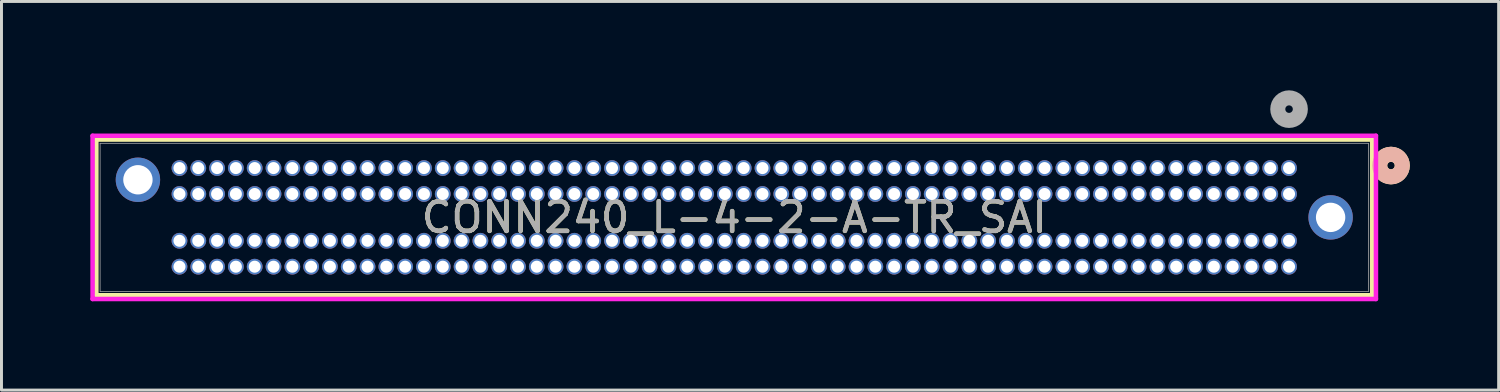
<source format=kicad_pcb>
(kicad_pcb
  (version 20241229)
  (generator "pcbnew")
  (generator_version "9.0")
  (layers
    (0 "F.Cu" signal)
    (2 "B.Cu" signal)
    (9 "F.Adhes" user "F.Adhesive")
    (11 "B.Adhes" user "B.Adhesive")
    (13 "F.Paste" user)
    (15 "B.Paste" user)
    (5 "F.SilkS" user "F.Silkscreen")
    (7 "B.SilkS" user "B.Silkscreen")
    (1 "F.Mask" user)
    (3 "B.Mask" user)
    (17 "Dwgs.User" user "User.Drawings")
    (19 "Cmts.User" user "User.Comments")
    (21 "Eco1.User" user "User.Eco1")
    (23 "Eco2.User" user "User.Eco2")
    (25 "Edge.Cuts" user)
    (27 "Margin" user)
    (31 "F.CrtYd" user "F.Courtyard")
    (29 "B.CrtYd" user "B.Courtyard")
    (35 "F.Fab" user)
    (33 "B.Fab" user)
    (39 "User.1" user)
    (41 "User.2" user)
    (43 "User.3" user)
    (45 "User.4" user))
  (footprint "CONN240_L-4-2-A-TR_SAI"
    (layer "F.Cu")
    (at 40.475 2.54)
    (property "Reference" "CONN240_L-4-2-A-TR_SAI" (at -18.733 1.75 0) (unlocked yes) (layer "F.SilkS") (effects (font (size 1 1) (thickness 0.15))))
    (attr through_hole)
    (fp_line (start -40.272 -0.879) (end -40.272 4.379) (stroke (width 0.152) (type solid)) (layer "F.SilkS"))
    (fp_line (start -40.272 4.379) (end 2.807 4.379) (stroke (width 0.152) (type solid)) (layer "F.SilkS"))
    (fp_line (start 2.807 -0.879) (end -40.272 -0.879) (stroke (width 0.152) (type solid)) (layer "F.SilkS"))
    (fp_line (start 2.807 4.379) (end 2.807 -0.879) (stroke (width 0.152) (type solid)) (layer "F.SilkS"))
    (fp_circle (center 3.442 0) (end 3.823 0) (stroke (width 0.508) (type solid)) (fill no) (layer "F.SilkS"))
    (fp_circle (center 3.442 0) (end 3.823 0) (stroke (width 0.508) (type solid)) (fill no) (layer "B.SilkS"))
    (fp_line (start -40.399 -1.006) (end -40.399 4.506) (stroke (width 0.152) (type solid)) (layer "F.CrtYd"))
    (fp_line (start -40.399 4.506) (end 2.934 4.506) (stroke (width 0.152) (type solid)) (layer "F.CrtYd"))
    (fp_line (start 2.934 -1.006) (end -40.399 -1.006) (stroke (width 0.152) (type solid)) (layer "F.CrtYd"))
    (fp_line (start 2.934 4.506) (end 2.934 -1.006) (stroke (width 0.152) (type solid)) (layer "F.CrtYd"))
    (fp_line (start -40.145 -0.752) (end -40.145 4.252) (stroke (width 0.025) (type solid)) (layer "F.Fab"))
    (fp_line (start -40.145 4.252) (end 2.68 4.252) (stroke (width 0.025) (type solid)) (layer "F.Fab"))
    (fp_line (start 2.68 -0.752) (end -40.145 -0.752) (stroke (width 0.025) (type solid)) (layer "F.Fab"))
    (fp_line (start 2.68 4.252) (end 2.68 -0.752) (stroke (width 0.025) (type solid)) (layer "F.Fab"))
    (fp_circle (center 0 -1.905) (end 0.381 -1.905) (stroke (width 0.508) (type solid)) (fill no) (layer "F.Fab"))
    (fp_text user "${REFERENCE}" (at -18.733 1.75 0) (unlocked yes) (layer "F.Fab") (effects (font (size 1 1) (thickness 0.15))))
    (pad "241" thru_hole circle (at -38.868 0.48) (size 1.499 1.499) (drill 0.991) (layers "*.Cu" "*.Mask"))
    (pad "242" thru_hole circle (at 1.403 1.75) (size 1.499 1.499) (drill 0.991) (layers "*.Cu" "*.Mask"))
    (pad "A01" thru_hole circle (at 0 0.085) (size 0.533 0.533) (drill 0.406) (layers "*.Cu" "*.Mask"))
    (pad "A2" thru_hole circle (at -0.635 0.085) (size 0.533 0.533) (drill 0.406) (layers "*.Cu" "*.Mask"))
    (pad "A3" thru_hole circle (at -1.27 0.085) (size 0.533 0.533) (drill 0.406) (layers "*.Cu" "*.Mask"))
    (pad "A4" thru_hole circle (at -1.905 0.085) (size 0.533 0.533) (drill 0.406) (layers "*.Cu" "*.Mask"))
    (pad "A5" thru_hole circle (at -2.54 0.085) (size 0.533 0.533) (drill 0.406) (layers "*.Cu" "*.Mask"))
    (pad "A6" thru_hole circle (at -3.175 0.085) (size 0.533 0.533) (drill 0.406) (layers "*.Cu" "*.Mask"))
    (pad "A7" thru_hole circle (at -3.81 0.085) (size 0.533 0.533) (drill 0.406) (layers "*.Cu" "*.Mask"))
    (pad "A8" thru_hole circle (at -4.445 0.085) (size 0.533 0.533) (drill 0.406) (layers "*.Cu" "*.Mask"))
    (pad "A9" thru_hole circle (at -5.08 0.085) (size 0.533 0.533) (drill 0.406) (layers "*.Cu" "*.Mask"))
    (pad "A10" thru_hole circle (at -5.715 0.085) (size 0.533 0.533) (drill 0.406) (layers "*.Cu" "*.Mask"))
    (pad "A11" thru_hole circle (at -6.35 0.085) (size 0.533 0.533) (drill 0.406) (layers "*.Cu" "*.Mask"))
    (pad "A12" thru_hole circle (at -6.985 0.085) (size 0.533 0.533) (drill 0.406) (layers "*.Cu" "*.Mask"))
    (pad "A13" thru_hole circle (at -7.62 0.085) (size 0.533 0.533) (drill 0.406) (layers "*.Cu" "*.Mask"))
    (pad "A14" thru_hole circle (at -8.255 0.085) (size 0.533 0.533) (drill 0.406) (layers "*.Cu" "*.Mask"))
    (pad "A15" thru_hole circle (at -8.89 0.085) (size 0.533 0.533) (drill 0.406) (layers "*.Cu" "*.Mask"))
    (pad "A16" thru_hole circle (at -9.525 0.085) (size 0.533 0.533) (drill 0.406) (layers "*.Cu" "*.Mask"))
    (pad "A17" thru_hole circle (at -10.16 0.085) (size 0.533 0.533) (drill 0.406) (layers "*.Cu" "*.Mask"))
    (pad "A18" thru_hole circle (at -10.795 0.085) (size 0.533 0.533) (drill 0.406) (layers "*.Cu" "*.Mask"))
    (pad "A19" thru_hole circle (at -11.43 0.085) (size 0.533 0.533) (drill 0.406) (layers "*.Cu" "*.Mask"))
    (pad "A20" thru_hole circle (at -12.065 0.085) (size 0.533 0.533) (drill 0.406) (layers "*.Cu" "*.Mask"))
    (pad "A21" thru_hole circle (at -12.7 0.085) (size 0.533 0.533) (drill 0.406) (layers "*.Cu" "*.Mask"))
    (pad "A22" thru_hole circle (at -13.335 0.085) (size 0.533 0.533) (drill 0.406) (layers "*.Cu" "*.Mask"))
    (pad "A23" thru_hole circle (at -13.97 0.085) (size 0.533 0.533) (drill 0.406) (layers "*.Cu" "*.Mask"))
    (pad "A24" thru_hole circle (at -14.605 0.085) (size 0.533 0.533) (drill 0.406) (layers "*.Cu" "*.Mask"))
    (pad "A25" thru_hole circle (at -15.24 0.085) (size 0.533 0.533) (drill 0.406) (layers "*.Cu" "*.Mask"))
    (pad "A26" thru_hole circle (at -15.875 0.085) (size 0.533 0.533) (drill 0.406) (layers "*.Cu" "*.Mask"))
    (pad "A27" thru_hole circle (at -16.51 0.085) (size 0.533 0.533) (drill 0.406) (layers "*.Cu" "*.Mask"))
    (pad "A28" thru_hole circle (at -17.145 0.085) (size 0.533 0.533) (drill 0.406) (layers "*.Cu" "*.Mask"))
    (pad "A29" thru_hole circle (at -17.78 0.085) (size 0.533 0.533) (drill 0.406) (layers "*.Cu" "*.Mask"))
    (pad "A30" thru_hole circle (at -18.415 0.085) (size 0.533 0.533) (drill 0.406) (layers "*.Cu" "*.Mask"))
    (pad "A31" thru_hole circle (at -19.05 0.085) (size 0.533 0.533) (drill 0.406) (layers "*.Cu" "*.Mask"))
    (pad "A32" thru_hole circle (at -19.685 0.085) (size 0.533 0.533) (drill 0.406) (layers "*.Cu" "*.Mask"))
    (pad "A33" thru_hole circle (at -20.32 0.085) (size 0.533 0.533) (drill 0.406) (layers "*.Cu" "*.Mask"))
    (pad "A34" thru_hole circle (at -20.955 0.085) (size 0.533 0.533) (drill 0.406) (layers "*.Cu" "*.Mask"))
    (pad "A35" thru_hole circle (at -21.59 0.085) (size 0.533 0.533) (drill 0.406) (layers "*.Cu" "*.Mask"))
    (pad "A36" thru_hole circle (at -22.225 0.085) (size 0.533 0.533) (drill 0.406) (layers "*.Cu" "*.Mask"))
    (pad "A37" thru_hole circle (at -22.86 0.085) (size 0.533 0.533) (drill 0.406) (layers "*.Cu" "*.Mask"))
    (pad "A38" thru_hole circle (at -23.495 0.085) (size 0.533 0.533) (drill 0.406) (layers "*.Cu" "*.Mask"))
    (pad "A39" thru_hole circle (at -24.13 0.085) (size 0.533 0.533) (drill 0.406) (layers "*.Cu" "*.Mask"))
    (pad "A40" thru_hole circle (at -24.765 0.085) (size 0.533 0.533) (drill 0.406) (layers "*.Cu" "*.Mask"))
    (pad "A41" thru_hole circle (at -25.4 0.085) (size 0.533 0.533) (drill 0.406) (layers "*.Cu" "*.Mask"))
    (pad "A42" thru_hole circle (at -26.035 0.085) (size 0.533 0.533) (drill 0.406) (layers "*.Cu" "*.Mask"))
    (pad "A43" thru_hole circle (at -26.67 0.085) (size 0.533 0.533) (drill 0.406) (layers "*.Cu" "*.Mask"))
    (pad "A44" thru_hole circle (at -27.305 0.085) (size 0.533 0.533) (drill 0.406) (layers "*.Cu" "*.Mask"))
    (pad "A45" thru_hole circle (at -27.94 0.085) (size 0.533 0.533) (drill 0.406) (layers "*.Cu" "*.Mask"))
    (pad "A46" thru_hole circle (at -28.575 0.085) (size 0.533 0.533) (drill 0.406) (layers "*.Cu" "*.Mask"))
    (pad "A47" thru_hole circle (at -29.21 0.085) (size 0.533 0.533) (drill 0.406) (layers "*.Cu" "*.Mask"))
    (pad "A48" thru_hole circle (at -29.845 0.085) (size 0.533 0.533) (drill 0.406) (layers "*.Cu" "*.Mask"))
    (pad "A49" thru_hole circle (at -30.48 0.085) (size 0.533 0.533) (drill 0.406) (layers "*.Cu" "*.Mask"))
    (pad "A50" thru_hole circle (at -31.115 0.085) (size 0.533 0.533) (drill 0.406) (layers "*.Cu" "*.Mask"))
    (pad "A51" thru_hole circle (at -31.75 0.085) (size 0.533 0.533) (drill 0.406) (layers "*.Cu" "*.Mask"))
    (pad "A52" thru_hole circle (at -32.385 0.085) (size 0.533 0.533) (drill 0.406) (layers "*.Cu" "*.Mask"))
    (pad "A53" thru_hole circle (at -33.02 0.085) (size 0.533 0.533) (drill 0.406) (layers "*.Cu" "*.Mask"))
    (pad "A54" thru_hole circle (at -33.655 0.085) (size 0.533 0.533) (drill 0.406) (layers "*.Cu" "*.Mask"))
    (pad "A55" thru_hole circle (at -34.29 0.085) (size 0.533 0.533) (drill 0.406) (layers "*.Cu" "*.Mask"))
    (pad "A56" thru_hole circle (at -34.925 0.085) (size 0.533 0.533) (drill 0.406) (layers "*.Cu" "*.Mask"))
    (pad "A57" thru_hole circle (at -35.56 0.085) (size 0.533 0.533) (drill 0.406) (layers "*.Cu" "*.Mask"))
    (pad "A58" thru_hole circle (at -36.195 0.085) (size 0.533 0.533) (drill 0.406) (layers "*.Cu" "*.Mask"))
    (pad "A59" thru_hole circle (at -36.83 0.085) (size 0.533 0.533) (drill 0.406) (layers "*.Cu" "*.Mask"))
    (pad "A60" thru_hole circle (at -37.465 0.085) (size 0.533 0.533) (drill 0.406) (layers "*.Cu" "*.Mask"))
    (pad "B01" thru_hole circle (at 0 0.96) (size 0.533 0.533) (drill 0.406) (layers "*.Cu" "*.Mask"))
    (pad "B2" thru_hole circle (at -0.635 0.96) (size 0.533 0.533) (drill 0.406) (layers "*.Cu" "*.Mask"))
    (pad "B3" thru_hole circle (at -1.27 0.96) (size 0.533 0.533) (drill 0.406) (layers "*.Cu" "*.Mask"))
    (pad "B4" thru_hole circle (at -1.905 0.96) (size 0.533 0.533) (drill 0.406) (layers "*.Cu" "*.Mask"))
    (pad "B5" thru_hole circle (at -2.54 0.96) (size 0.533 0.533) (drill 0.406) (layers "*.Cu" "*.Mask"))
    (pad "B6" thru_hole circle (at -3.175 0.96) (size 0.533 0.533) (drill 0.406) (layers "*.Cu" "*.Mask"))
    (pad "B7" thru_hole circle (at -3.81 0.96) (size 0.533 0.533) (drill 0.406) (layers "*.Cu" "*.Mask"))
    (pad "B8" thru_hole circle (at -4.445 0.96) (size 0.533 0.533) (drill 0.406) (layers "*.Cu" "*.Mask"))
    (pad "B9" thru_hole circle (at -5.08 0.96) (size 0.533 0.533) (drill 0.406) (layers "*.Cu" "*.Mask"))
    (pad "B10" thru_hole circle (at -5.715 0.96) (size 0.533 0.533) (drill 0.406) (layers "*.Cu" "*.Mask"))
    (pad "B11" thru_hole circle (at -6.35 0.96) (size 0.533 0.533) (drill 0.406) (layers "*.Cu" "*.Mask"))
    (pad "B12" thru_hole circle (at -6.985 0.96) (size 0.533 0.533) (drill 0.406) (layers "*.Cu" "*.Mask"))
    (pad "B13" thru_hole circle (at -7.62 0.96) (size 0.533 0.533) (drill 0.406) (layers "*.Cu" "*.Mask"))
    (pad "B14" thru_hole circle (at -8.255 0.96) (size 0.533 0.533) (drill 0.406) (layers "*.Cu" "*.Mask"))
    (pad "B15" thru_hole circle (at -8.89 0.96) (size 0.533 0.533) (drill 0.406) (layers "*.Cu" "*.Mask"))
    (pad "B16" thru_hole circle (at -9.525 0.96) (size 0.533 0.533) (drill 0.406) (layers "*.Cu" "*.Mask"))
    (pad "B17" thru_hole circle (at -10.16 0.96) (size 0.533 0.533) (drill 0.406) (layers "*.Cu" "*.Mask"))
    (pad "B18" thru_hole circle (at -10.795 0.96) (size 0.533 0.533) (drill 0.406) (layers "*.Cu" "*.Mask"))
    (pad "B19" thru_hole circle (at -11.43 0.96) (size 0.533 0.533) (drill 0.406) (layers "*.Cu" "*.Mask"))
    (pad "B20" thru_hole circle (at -12.065 0.96) (size 0.533 0.533) (drill 0.406) (layers "*.Cu" "*.Mask"))
    (pad "B21" thru_hole circle (at -12.7 0.96) (size 0.533 0.533) (drill 0.406) (layers "*.Cu" "*.Mask"))
    (pad "B22" thru_hole circle (at -13.335 0.96) (size 0.533 0.533) (drill 0.406) (layers "*.Cu" "*.Mask"))
    (pad "B23" thru_hole circle (at -13.97 0.96) (size 0.533 0.533) (drill 0.406) (layers "*.Cu" "*.Mask"))
    (pad "B24" thru_hole circle (at -14.605 0.96) (size 0.533 0.533) (drill 0.406) (layers "*.Cu" "*.Mask"))
    (pad "B25" thru_hole circle (at -15.24 0.96) (size 0.533 0.533) (drill 0.406) (layers "*.Cu" "*.Mask"))
    (pad "B26" thru_hole circle (at -15.875 0.96) (size 0.533 0.533) (drill 0.406) (layers "*.Cu" "*.Mask"))
    (pad "B27" thru_hole circle (at -16.51 0.96) (size 0.533 0.533) (drill 0.406) (layers "*.Cu" "*.Mask"))
    (pad "B28" thru_hole circle (at -17.145 0.96) (size 0.533 0.533) (drill 0.406) (layers "*.Cu" "*.Mask"))
    (pad "B29" thru_hole circle (at -17.78 0.96) (size 0.533 0.533) (drill 0.406) (layers "*.Cu" "*.Mask"))
    (pad "B30" thru_hole circle (at -18.415 0.96) (size 0.533 0.533) (drill 0.406) (layers "*.Cu" "*.Mask"))
    (pad "B31" thru_hole circle (at -19.05 0.96) (size 0.533 0.533) (drill 0.406) (layers "*.Cu" "*.Mask"))
    (pad "B32" thru_hole circle (at -19.685 0.96) (size 0.533 0.533) (drill 0.406) (layers "*.Cu" "*.Mask"))
    (pad "B33" thru_hole circle (at -20.32 0.96) (size 0.533 0.533) (drill 0.406) (layers "*.Cu" "*.Mask"))
    (pad "B34" thru_hole circle (at -20.955 0.96) (size 0.533 0.533) (drill 0.406) (layers "*.Cu" "*.Mask"))
    (pad "B35" thru_hole circle (at -21.59 0.96) (size 0.533 0.533) (drill 0.406) (layers "*.Cu" "*.Mask"))
    (pad "B36" thru_hole circle (at -22.225 0.96) (size 0.533 0.533) (drill 0.406) (layers "*.Cu" "*.Mask"))
    (pad "B37" thru_hole circle (at -22.86 0.96) (size 0.533 0.533) (drill 0.406) (layers "*.Cu" "*.Mask"))
    (pad "B38" thru_hole circle (at -23.495 0.96) (size 0.533 0.533) (drill 0.406) (layers "*.Cu" "*.Mask"))
    (pad "B39" thru_hole circle (at -24.13 0.96) (size 0.533 0.533) (drill 0.406) (layers "*.Cu" "*.Mask"))
    (pad "B40" thru_hole circle (at -24.765 0.96) (size 0.533 0.533) (drill 0.406) (layers "*.Cu" "*.Mask"))
    (pad "B41" thru_hole circle (at -25.4 0.96) (size 0.533 0.533) (drill 0.406) (layers "*.Cu" "*.Mask"))
    (pad "B42" thru_hole circle (at -26.035 0.96) (size 0.533 0.533) (drill 0.406) (layers "*.Cu" "*.Mask"))
    (pad "B43" thru_hole circle (at -26.67 0.96) (size 0.533 0.533) (drill 0.406) (layers "*.Cu" "*.Mask"))
    (pad "B44" thru_hole circle (at -27.305 0.96) (size 0.533 0.533) (drill 0.406) (layers "*.Cu" "*.Mask"))
    (pad "B45" thru_hole circle (at -27.94 0.96) (size 0.533 0.533) (drill 0.406) (layers "*.Cu" "*.Mask"))
    (pad "B46" thru_hole circle (at -28.575 0.96) (size 0.533 0.533) (drill 0.406) (layers "*.Cu" "*.Mask"))
    (pad "B47" thru_hole circle (at -29.21 0.96) (size 0.533 0.533) (drill 0.406) (layers "*.Cu" "*.Mask"))
    (pad "B48" thru_hole circle (at -29.845 0.96) (size 0.533 0.533) (drill 0.406) (layers "*.Cu" "*.Mask"))
    (pad "B49" thru_hole circle (at -30.48 0.96) (size 0.533 0.533) (drill 0.406) (layers "*.Cu" "*.Mask"))
    (pad "B50" thru_hole circle (at -31.115 0.96) (size 0.533 0.533) (drill 0.406) (layers "*.Cu" "*.Mask"))
    (pad "B51" thru_hole circle (at -31.75 0.96) (size 0.533 0.533) (drill 0.406) (layers "*.Cu" "*.Mask"))
    (pad "B52" thru_hole circle (at -32.385 0.96) (size 0.533 0.533) (drill 0.406) (layers "*.Cu" "*.Mask"))
    (pad "B53" thru_hole circle (at -33.02 0.96) (size 0.533 0.533) (drill 0.406) (layers "*.Cu" "*.Mask"))
    (pad "B54" thru_hole circle (at -33.655 0.96) (size 0.533 0.533) (drill 0.406) (layers "*.Cu" "*.Mask"))
    (pad "B55" thru_hole circle (at -34.29 0.96) (size 0.533 0.533) (drill 0.406) (layers "*.Cu" "*.Mask"))
    (pad "B56" thru_hole circle (at -34.925 0.96) (size 0.533 0.533) (drill 0.406) (layers "*.Cu" "*.Mask"))
    (pad "B57" thru_hole circle (at -35.56 0.96) (size 0.533 0.533) (drill 0.406) (layers "*.Cu" "*.Mask"))
    (pad "B58" thru_hole circle (at -36.195 0.96) (size 0.533 0.533) (drill 0.406) (layers "*.Cu" "*.Mask"))
    (pad "B59" thru_hole circle (at -36.83 0.96) (size 0.533 0.533) (drill 0.406) (layers "*.Cu" "*.Mask"))
    (pad "B60" thru_hole circle (at -37.465 0.96) (size 0.533 0.533) (drill 0.406) (layers "*.Cu" "*.Mask"))
    (pad "C01" thru_hole circle (at 0 2.54) (size 0.533 0.533) (drill 0.406) (layers "*.Cu" "*.Mask"))
    (pad "C2" thru_hole circle (at -0.635 2.54) (size 0.533 0.533) (drill 0.406) (layers "*.Cu" "*.Mask"))
    (pad "C3" thru_hole circle (at -1.27 2.54) (size 0.533 0.533) (drill 0.406) (layers "*.Cu" "*.Mask"))
    (pad "C4" thru_hole circle (at -1.905 2.54) (size 0.533 0.533) (drill 0.406) (layers "*.Cu" "*.Mask"))
    (pad "C5" thru_hole circle (at -2.54 2.54) (size 0.533 0.533) (drill 0.406) (layers "*.Cu" "*.Mask"))
    (pad "C6" thru_hole circle (at -3.175 2.54) (size 0.533 0.533) (drill 0.406) (layers "*.Cu" "*.Mask"))
    (pad "C7" thru_hole circle (at -3.81 2.54) (size 0.533 0.533) (drill 0.406) (layers "*.Cu" "*.Mask"))
    (pad "C8" thru_hole circle (at -4.445 2.54) (size 0.533 0.533) (drill 0.406) (layers "*.Cu" "*.Mask"))
    (pad "C9" thru_hole circle (at -5.08 2.54) (size 0.533 0.533) (drill 0.406) (layers "*.Cu" "*.Mask"))
    (pad "C10" thru_hole circle (at -5.715 2.54) (size 0.533 0.533) (drill 0.406) (layers "*.Cu" "*.Mask"))
    (pad "C11" thru_hole circle (at -6.35 2.54) (size 0.533 0.533) (drill 0.406) (layers "*.Cu" "*.Mask"))
    (pad "C12" thru_hole circle (at -6.985 2.54) (size 0.533 0.533) (drill 0.406) (layers "*.Cu" "*.Mask"))
    (pad "C13" thru_hole circle (at -7.62 2.54) (size 0.533 0.533) (drill 0.406) (layers "*.Cu" "*.Mask"))
    (pad "C14" thru_hole circle (at -8.255 2.54) (size 0.533 0.533) (drill 0.406) (layers "*.Cu" "*.Mask"))
    (pad "C15" thru_hole circle (at -8.89 2.54) (size 0.533 0.533) (drill 0.406) (layers "*.Cu" "*.Mask"))
    (pad "C16" thru_hole circle (at -9.525 2.54) (size 0.533 0.533) (drill 0.406) (layers "*.Cu" "*.Mask"))
    (pad "C17" thru_hole circle (at -10.16 2.54) (size 0.533 0.533) (drill 0.406) (layers "*.Cu" "*.Mask"))
    (pad "C18" thru_hole circle (at -10.795 2.54) (size 0.533 0.533) (drill 0.406) (layers "*.Cu" "*.Mask"))
    (pad "C19" thru_hole circle (at -11.43 2.54) (size 0.533 0.533) (drill 0.406) (layers "*.Cu" "*.Mask"))
    (pad "C20" thru_hole circle (at -12.065 2.54) (size 0.533 0.533) (drill 0.406) (layers "*.Cu" "*.Mask"))
    (pad "C21" thru_hole circle (at -12.7 2.54) (size 0.533 0.533) (drill 0.406) (layers "*.Cu" "*.Mask"))
    (pad "C22" thru_hole circle (at -13.335 2.54) (size 0.533 0.533) (drill 0.406) (layers "*.Cu" "*.Mask"))
    (pad "C23" thru_hole circle (at -13.97 2.54) (size 0.533 0.533) (drill 0.406) (layers "*.Cu" "*.Mask"))
    (pad "C24" thru_hole circle (at -14.605 2.54) (size 0.533 0.533) (drill 0.406) (layers "*.Cu" "*.Mask"))
    (pad "C25" thru_hole circle (at -15.24 2.54) (size 0.533 0.533) (drill 0.406) (layers "*.Cu" "*.Mask"))
    (pad "C26" thru_hole circle (at -15.875 2.54) (size 0.533 0.533) (drill 0.406) (layers "*.Cu" "*.Mask"))
    (pad "C27" thru_hole circle (at -16.51 2.54) (size 0.533 0.533) (drill 0.406) (layers "*.Cu" "*.Mask"))
    (pad "C28" thru_hole circle (at -17.145 2.54) (size 0.533 0.533) (drill 0.406) (layers "*.Cu" "*.Mask"))
    (pad "C29" thru_hole circle (at -17.78 2.54) (size 0.533 0.533) (drill 0.406) (layers "*.Cu" "*.Mask"))
    (pad "C30" thru_hole circle (at -18.415 2.54) (size 0.533 0.533) (drill 0.406) (layers "*.Cu" "*.Mask"))
    (pad "C31" thru_hole circle (at -19.05 2.54) (size 0.533 0.533) (drill 0.406) (layers "*.Cu" "*.Mask"))
    (pad "C32" thru_hole circle (at -19.685 2.54) (size 0.533 0.533) (drill 0.406) (layers "*.Cu" "*.Mask"))
    (pad "C33" thru_hole circle (at -20.32 2.54) (size 0.533 0.533) (drill 0.406) (layers "*.Cu" "*.Mask"))
    (pad "C34" thru_hole circle (at -20.955 2.54) (size 0.533 0.533) (drill 0.406) (layers "*.Cu" "*.Mask"))
    (pad "C35" thru_hole circle (at -21.59 2.54) (size 0.533 0.533) (drill 0.406) (layers "*.Cu" "*.Mask"))
    (pad "C36" thru_hole circle (at -22.225 2.54) (size 0.533 0.533) (drill 0.406) (layers "*.Cu" "*.Mask"))
    (pad "C37" thru_hole circle (at -22.86 2.54) (size 0.533 0.533) (drill 0.406) (layers "*.Cu" "*.Mask"))
    (pad "C38" thru_hole circle (at -23.495 2.54) (size 0.533 0.533) (drill 0.406) (layers "*.Cu" "*.Mask"))
    (pad "C39" thru_hole circle (at -24.13 2.54) (size 0.533 0.533) (drill 0.406) (layers "*.Cu" "*.Mask"))
    (pad "C40" thru_hole circle (at -24.765 2.54) (size 0.533 0.533) (drill 0.406) (layers "*.Cu" "*.Mask"))
    (pad "C41" thru_hole circle (at -25.4 2.54) (size 0.533 0.533) (drill 0.406) (layers "*.Cu" "*.Mask"))
    (pad "C42" thru_hole circle (at -26.035 2.54) (size 0.533 0.533) (drill 0.406) (layers "*.Cu" "*.Mask"))
    (pad "C43" thru_hole circle (at -26.67 2.54) (size 0.533 0.533) (drill 0.406) (layers "*.Cu" "*.Mask"))
    (pad "C44" thru_hole circle (at -27.305 2.54) (size 0.533 0.533) (drill 0.406) (layers "*.Cu" "*.Mask"))
    (pad "C45" thru_hole circle (at -27.94 2.54) (size 0.533 0.533) (drill 0.406) (layers "*.Cu" "*.Mask"))
    (pad "C46" thru_hole circle (at -28.575 2.54) (size 0.533 0.533) (drill 0.406) (layers "*.Cu" "*.Mask"))
    (pad "C47" thru_hole circle (at -29.21 2.54) (size 0.533 0.533) (drill 0.406) (layers "*.Cu" "*.Mask"))
    (pad "C48" thru_hole circle (at -29.845 2.54) (size 0.533 0.533) (drill 0.406) (layers "*.Cu" "*.Mask"))
    (pad "C49" thru_hole circle (at -30.48 2.54) (size 0.533 0.533) (drill 0.406) (layers "*.Cu" "*.Mask"))
    (pad "C50" thru_hole circle (at -31.115 2.54) (size 0.533 0.533) (drill 0.406) (layers "*.Cu" "*.Mask"))
    (pad "C51" thru_hole circle (at -31.75 2.54) (size 0.533 0.533) (drill 0.406) (layers "*.Cu" "*.Mask"))
    (pad "C52" thru_hole circle (at -32.385 2.54) (size 0.533 0.533) (drill 0.406) (layers "*.Cu" "*.Mask"))
    (pad "C53" thru_hole circle (at -33.02 2.54) (size 0.533 0.533) (drill 0.406) (layers "*.Cu" "*.Mask"))
    (pad "C54" thru_hole circle (at -33.655 2.54) (size 0.533 0.533) (drill 0.406) (layers "*.Cu" "*.Mask"))
    (pad "C55" thru_hole circle (at -34.29 2.54) (size 0.533 0.533) (drill 0.406) (layers "*.Cu" "*.Mask"))
    (pad "C56" thru_hole circle (at -34.925 2.54) (size 0.533 0.533) (drill 0.406) (layers "*.Cu" "*.Mask"))
    (pad "C57" thru_hole circle (at -35.56 2.54) (size 0.533 0.533) (drill 0.406) (layers "*.Cu" "*.Mask"))
    (pad "C58" thru_hole circle (at -36.195 2.54) (size 0.533 0.533) (drill 0.406) (layers "*.Cu" "*.Mask"))
    (pad "C59" thru_hole circle (at -36.83 2.54) (size 0.533 0.533) (drill 0.406) (layers "*.Cu" "*.Mask"))
    (pad "C60" thru_hole circle (at -37.465 2.54) (size 0.533 0.533) (drill 0.406) (layers "*.Cu" "*.Mask"))
    (pad "D01" thru_hole circle (at 0 3.415) (size 0.533 0.533) (drill 0.406) (layers "*.Cu" "*.Mask"))
    (pad "D2" thru_hole circle (at -0.635 3.415) (size 0.533 0.533) (drill 0.406) (layers "*.Cu" "*.Mask"))
    (pad "D3" thru_hole circle (at -1.27 3.415) (size 0.533 0.533) (drill 0.406) (layers "*.Cu" "*.Mask"))
    (pad "D4" thru_hole circle (at -1.905 3.415) (size 0.533 0.533) (drill 0.406) (layers "*.Cu" "*.Mask"))
    (pad "D5" thru_hole circle (at -2.54 3.415) (size 0.533 0.533) (drill 0.406) (layers "*.Cu" "*.Mask"))
    (pad "D6" thru_hole circle (at -3.175 3.415) (size 0.533 0.533) (drill 0.406) (layers "*.Cu" "*.Mask"))
    (pad "D7" thru_hole circle (at -3.81 3.415) (size 0.533 0.533) (drill 0.406) (layers "*.Cu" "*.Mask"))
    (pad "D8" thru_hole circle (at -4.445 3.415) (size 0.533 0.533) (drill 0.406) (layers "*.Cu" "*.Mask"))
    (pad "D9" thru_hole circle (at -5.08 3.415) (size 0.533 0.533) (drill 0.406) (layers "*.Cu" "*.Mask"))
    (pad "D10" thru_hole circle (at -5.715 3.415) (size 0.533 0.533) (drill 0.406) (layers "*.Cu" "*.Mask"))
    (pad "D11" thru_hole circle (at -6.35 3.415) (size 0.533 0.533) (drill 0.406) (layers "*.Cu" "*.Mask"))
    (pad "D12" thru_hole circle (at -6.985 3.415) (size 0.533 0.533) (drill 0.406) (layers "*.Cu" "*.Mask"))
    (pad "D13" thru_hole circle (at -7.62 3.415) (size 0.533 0.533) (drill 0.406) (layers "*.Cu" "*.Mask"))
    (pad "D14" thru_hole circle (at -8.255 3.415) (size 0.533 0.533) (drill 0.406) (layers "*.Cu" "*.Mask"))
    (pad "D15" thru_hole circle (at -8.89 3.415) (size 0.533 0.533) (drill 0.406) (layers "*.Cu" "*.Mask"))
    (pad "D16" thru_hole circle (at -9.525 3.415) (size 0.533 0.533) (drill 0.406) (layers "*.Cu" "*.Mask"))
    (pad "D17" thru_hole circle (at -10.16 3.415) (size 0.533 0.533) (drill 0.406) (layers "*.Cu" "*.Mask"))
    (pad "D18" thru_hole circle (at -10.795 3.415) (size 0.533 0.533) (drill 0.406) (layers "*.Cu" "*.Mask"))
    (pad "D19" thru_hole circle (at -11.43 3.415) (size 0.533 0.533) (drill 0.406) (layers "*.Cu" "*.Mask"))
    (pad "D20" thru_hole circle (at -12.065 3.415) (size 0.533 0.533) (drill 0.406) (layers "*.Cu" "*.Mask"))
    (pad "D21" thru_hole circle (at -12.7 3.415) (size 0.533 0.533) (drill 0.406) (layers "*.Cu" "*.Mask"))
    (pad "D22" thru_hole circle (at -13.335 3.415) (size 0.533 0.533) (drill 0.406) (layers "*.Cu" "*.Mask"))
    (pad "D23" thru_hole circle (at -13.97 3.415) (size 0.533 0.533) (drill 0.406) (layers "*.Cu" "*.Mask"))
    (pad "D24" thru_hole circle (at -14.605 3.415) (size 0.533 0.533) (drill 0.406) (layers "*.Cu" "*.Mask"))
    (pad "D25" thru_hole circle (at -15.24 3.415) (size 0.533 0.533) (drill 0.406) (layers "*.Cu" "*.Mask"))
    (pad "D26" thru_hole circle (at -15.875 3.415) (size 0.533 0.533) (drill 0.406) (layers "*.Cu" "*.Mask"))
    (pad "D27" thru_hole circle (at -16.51 3.415) (size 0.533 0.533) (drill 0.406) (layers "*.Cu" "*.Mask"))
    (pad "D28" thru_hole circle (at -17.145 3.415) (size 0.533 0.533) (drill 0.406) (layers "*.Cu" "*.Mask"))
    (pad "D29" thru_hole circle (at -17.78 3.415) (size 0.533 0.533) (drill 0.406) (layers "*.Cu" "*.Mask"))
    (pad "D30" thru_hole circle (at -18.415 3.415) (size 0.533 0.533) (drill 0.406) (layers "*.Cu" "*.Mask"))
    (pad "D31" thru_hole circle (at -19.05 3.415) (size 0.533 0.533) (drill 0.406) (layers "*.Cu" "*.Mask"))
    (pad "D32" thru_hole circle (at -19.685 3.415) (size 0.533 0.533) (drill 0.406) (layers "*.Cu" "*.Mask"))
    (pad "D33" thru_hole circle (at -20.32 3.415) (size 0.533 0.533) (drill 0.406) (layers "*.Cu" "*.Mask"))
    (pad "D34" thru_hole circle (at -20.955 3.415) (size 0.533 0.533) (drill 0.406) (layers "*.Cu" "*.Mask"))
    (pad "D35" thru_hole circle (at -21.59 3.415) (size 0.533 0.533) (drill 0.406) (layers "*.Cu" "*.Mask"))
    (pad "D36" thru_hole circle (at -22.225 3.415) (size 0.533 0.533) (drill 0.406) (layers "*.Cu" "*.Mask"))
    (pad "D37" thru_hole circle (at -22.86 3.415) (size 0.533 0.533) (drill 0.406) (layers "*.Cu" "*.Mask"))
    (pad "D38" thru_hole circle (at -23.495 3.415) (size 0.533 0.533) (drill 0.406) (layers "*.Cu" "*.Mask"))
    (pad "D39" thru_hole circle (at -24.13 3.415) (size 0.533 0.533) (drill 0.406) (layers "*.Cu" "*.Mask"))
    (pad "D40" thru_hole circle (at -24.765 3.415) (size 0.533 0.533) (drill 0.406) (layers "*.Cu" "*.Mask"))
    (pad "D41" thru_hole circle (at -25.4 3.415) (size 0.533 0.533) (drill 0.406) (layers "*.Cu" "*.Mask"))
    (pad "D42" thru_hole circle (at -26.035 3.415) (size 0.533 0.533) (drill 0.406) (layers "*.Cu" "*.Mask"))
    (pad "D43" thru_hole circle (at -26.67 3.415) (size 0.533 0.533) (drill 0.406) (layers "*.Cu" "*.Mask"))
    (pad "D44" thru_hole circle (at -27.305 3.415) (size 0.533 0.533) (drill 0.406) (layers "*.Cu" "*.Mask"))
    (pad "D45" thru_hole circle (at -27.94 3.415) (size 0.533 0.533) (drill 0.406) (layers "*.Cu" "*.Mask"))
    (pad "D46" thru_hole circle (at -28.575 3.415) (size 0.533 0.533) (drill 0.406) (layers "*.Cu" "*.Mask"))
    (pad "D47" thru_hole circle (at -29.21 3.415) (size 0.533 0.533) (drill 0.406) (layers "*.Cu" "*.Mask"))
    (pad "D48" thru_hole circle (at -29.845 3.415) (size 0.533 0.533) (drill 0.406) (layers "*.Cu" "*.Mask"))
    (pad "D49" thru_hole circle (at -30.48 3.415) (size 0.533 0.533) (drill 0.406) (layers "*.Cu" "*.Mask"))
    (pad "D50" thru_hole circle (at -31.115 3.415) (size 0.533 0.533) (drill 0.406) (layers "*.Cu" "*.Mask"))
    (pad "D51" thru_hole circle (at -31.75 3.415) (size 0.533 0.533) (drill 0.406) (layers "*.Cu" "*.Mask"))
    (pad "D52" thru_hole circle (at -32.385 3.415) (size 0.533 0.533) (drill 0.406) (layers "*.Cu" "*.Mask"))
    (pad "D53" thru_hole circle (at -33.02 3.415) (size 0.533 0.533) (drill 0.406) (layers "*.Cu" "*.Mask"))
    (pad "D54" thru_hole circle (at -33.655 3.415) (size 0.533 0.533) (drill 0.406) (layers "*.Cu" "*.Mask"))
    (pad "D55" thru_hole circle (at -34.29 3.415) (size 0.533 0.533) (drill 0.406) (layers "*.Cu" "*.Mask"))
    (pad "D56" thru_hole circle (at -34.925 3.415) (size 0.533 0.533) (drill 0.406) (layers "*.Cu" "*.Mask"))
    (pad "D57" thru_hole circle (at -35.56 3.415) (size 0.533 0.533) (drill 0.406) (layers "*.Cu" "*.Mask"))
    (pad "D58" thru_hole circle (at -36.195 3.415) (size 0.533 0.533) (drill 0.406) (layers "*.Cu" "*.Mask"))
    (pad "D59" thru_hole circle (at -36.83 3.415) (size 0.533 0.533) (drill 0.406) (layers "*.Cu" "*.Mask"))
    (pad "D60" thru_hole circle (at -37.465 3.415) (size 0.533 0.533) (drill 0.406) (layers "*.Cu" "*.Mask")))
  (gr_rect
    (start -3 -3)
    (end 47.552 10.122)
    (stroke (width 0.1) (type default))
    (fill no)
    (layer "Edge.Cuts")))
</source>
